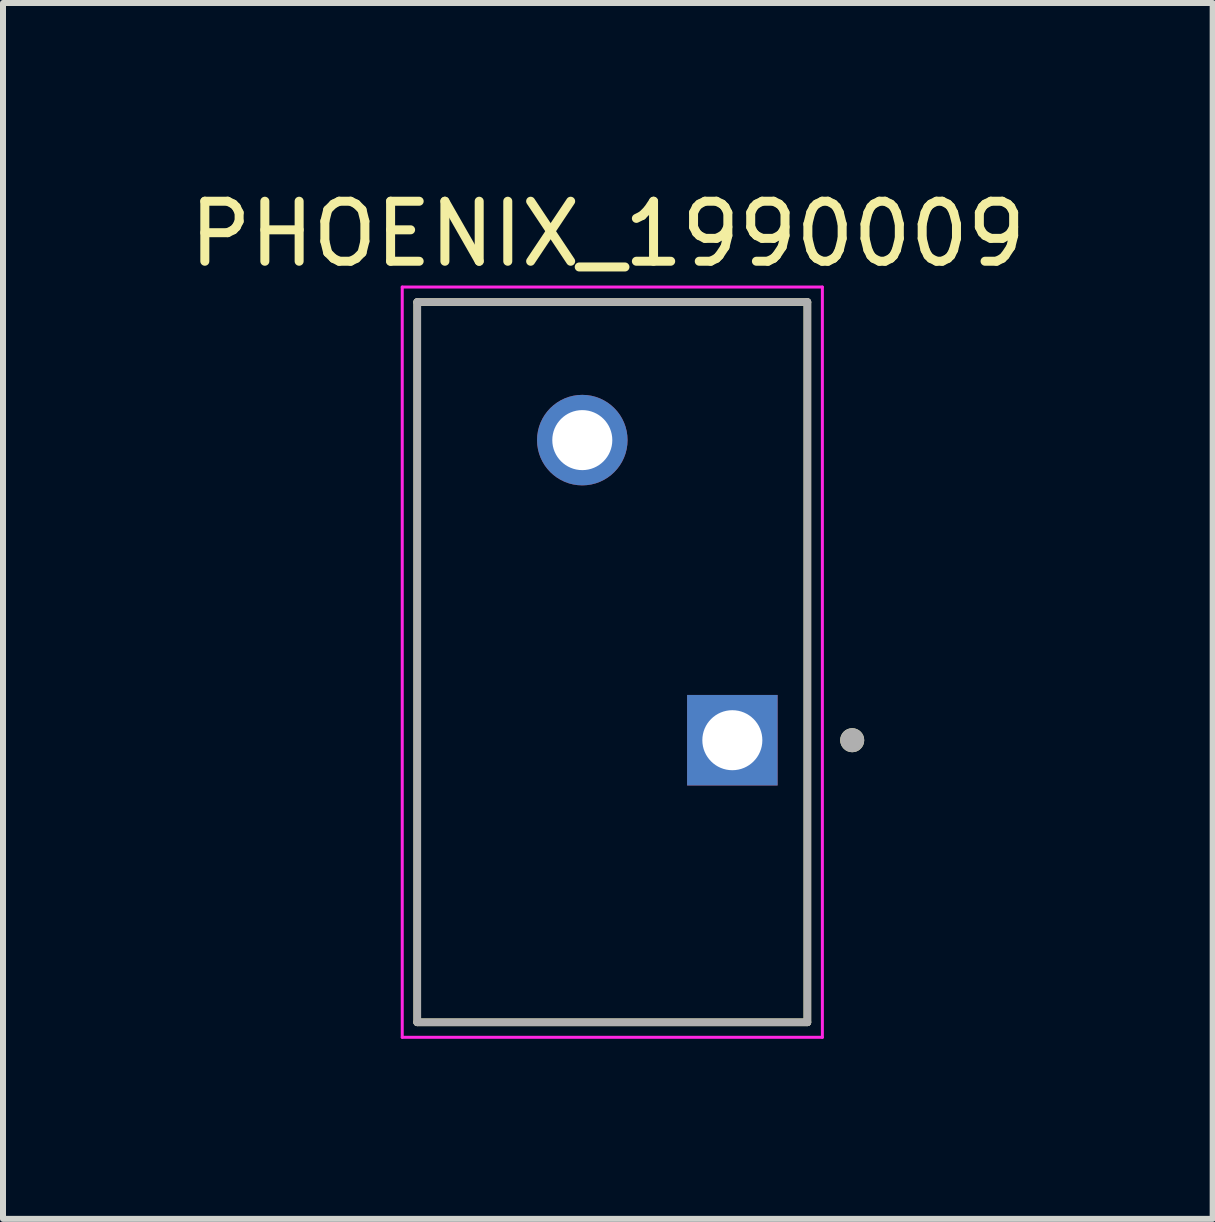
<source format=kicad_pcb>
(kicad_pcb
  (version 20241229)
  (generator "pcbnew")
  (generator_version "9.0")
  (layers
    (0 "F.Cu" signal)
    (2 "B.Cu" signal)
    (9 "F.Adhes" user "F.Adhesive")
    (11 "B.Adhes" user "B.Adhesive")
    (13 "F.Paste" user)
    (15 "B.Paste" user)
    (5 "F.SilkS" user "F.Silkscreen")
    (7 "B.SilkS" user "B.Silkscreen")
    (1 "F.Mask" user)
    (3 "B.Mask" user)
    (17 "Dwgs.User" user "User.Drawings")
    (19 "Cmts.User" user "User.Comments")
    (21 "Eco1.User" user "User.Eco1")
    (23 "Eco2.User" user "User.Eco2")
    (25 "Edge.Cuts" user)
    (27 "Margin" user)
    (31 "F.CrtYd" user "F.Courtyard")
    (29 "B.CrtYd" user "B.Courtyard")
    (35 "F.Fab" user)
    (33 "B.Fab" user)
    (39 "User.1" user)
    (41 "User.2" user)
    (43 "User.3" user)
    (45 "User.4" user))
  (footprint "PHOENIX_1990009"
    (layer "F.Cu")
    (at 3.902 13.983)
    (property "Reference" "PHOENIX_1990009" (at 3.175 -13.135 0) (layer "F.SilkS") (effects (font (size 1 1) (thickness 0.15))))
    (attr through_hole)
    (fp_line (start 0 -12) (end 0 0) (stroke (width 0.127) (type solid)) (layer "F.SilkS"))
    (fp_line (start 0 0) (end 6.5 0) (stroke (width 0.127) (type solid)) (layer "F.SilkS"))
    (fp_line (start 6.5 -12) (end 0 -12) (stroke (width 0.127) (type solid)) (layer "F.SilkS"))
    (fp_line (start 6.5 0) (end 6.5 -12) (stroke (width 0.127) (type solid)) (layer "F.SilkS"))
    (fp_circle (center 7.247 -4.7) (end 7.347 -4.7) (stroke (width 0.2) (type solid)) (fill no) (layer "F.SilkS"))
    (fp_line (start -0.25 -12.25) (end -0.25 0.25) (stroke (width 0.05) (type solid)) (layer "F.CrtYd"))
    (fp_line (start -0.25 0.25) (end 6.75 0.25) (stroke (width 0.05) (type solid)) (layer "F.CrtYd"))
    (fp_line (start 6.75 -12.25) (end -0.25 -12.25) (stroke (width 0.05) (type solid)) (layer "F.CrtYd"))
    (fp_line (start 6.75 0.25) (end 6.75 -12.25) (stroke (width 0.05) (type solid)) (layer "F.CrtYd"))
    (fp_line (start 0 -12) (end 0 0) (stroke (width 0.127) (type solid)) (layer "F.Fab"))
    (fp_line (start 0 0) (end 6.5 0) (stroke (width 0.127) (type solid)) (layer "F.Fab"))
    (fp_line (start 6.5 -12) (end 0 -12) (stroke (width 0.127) (type solid)) (layer "F.Fab"))
    (fp_line (start 6.5 0) (end 6.5 -12) (stroke (width 0.127) (type solid)) (layer "F.Fab"))
    (fp_circle (center 7.247 -4.7) (end 7.347 -4.7) (stroke (width 0.2) (type solid)) (fill no) (layer "F.Fab"))
    (pad "1" thru_hole rect (at 5.25 -4.7) (size 1.508 1.508) (drill 1) (layers "*.Cu" "*.Mask"))
    (pad "2" thru_hole circle (at 2.75 -9.7) (size 1.508 1.508) (drill 1) (layers "*.Cu" "*.Mask")))
  (gr_rect
    (start -3 -3)
    (end 17.155 17.258)
    (stroke (width 0.1) (type default))
    (fill no)
    (layer "Edge.Cuts")))
</source>
